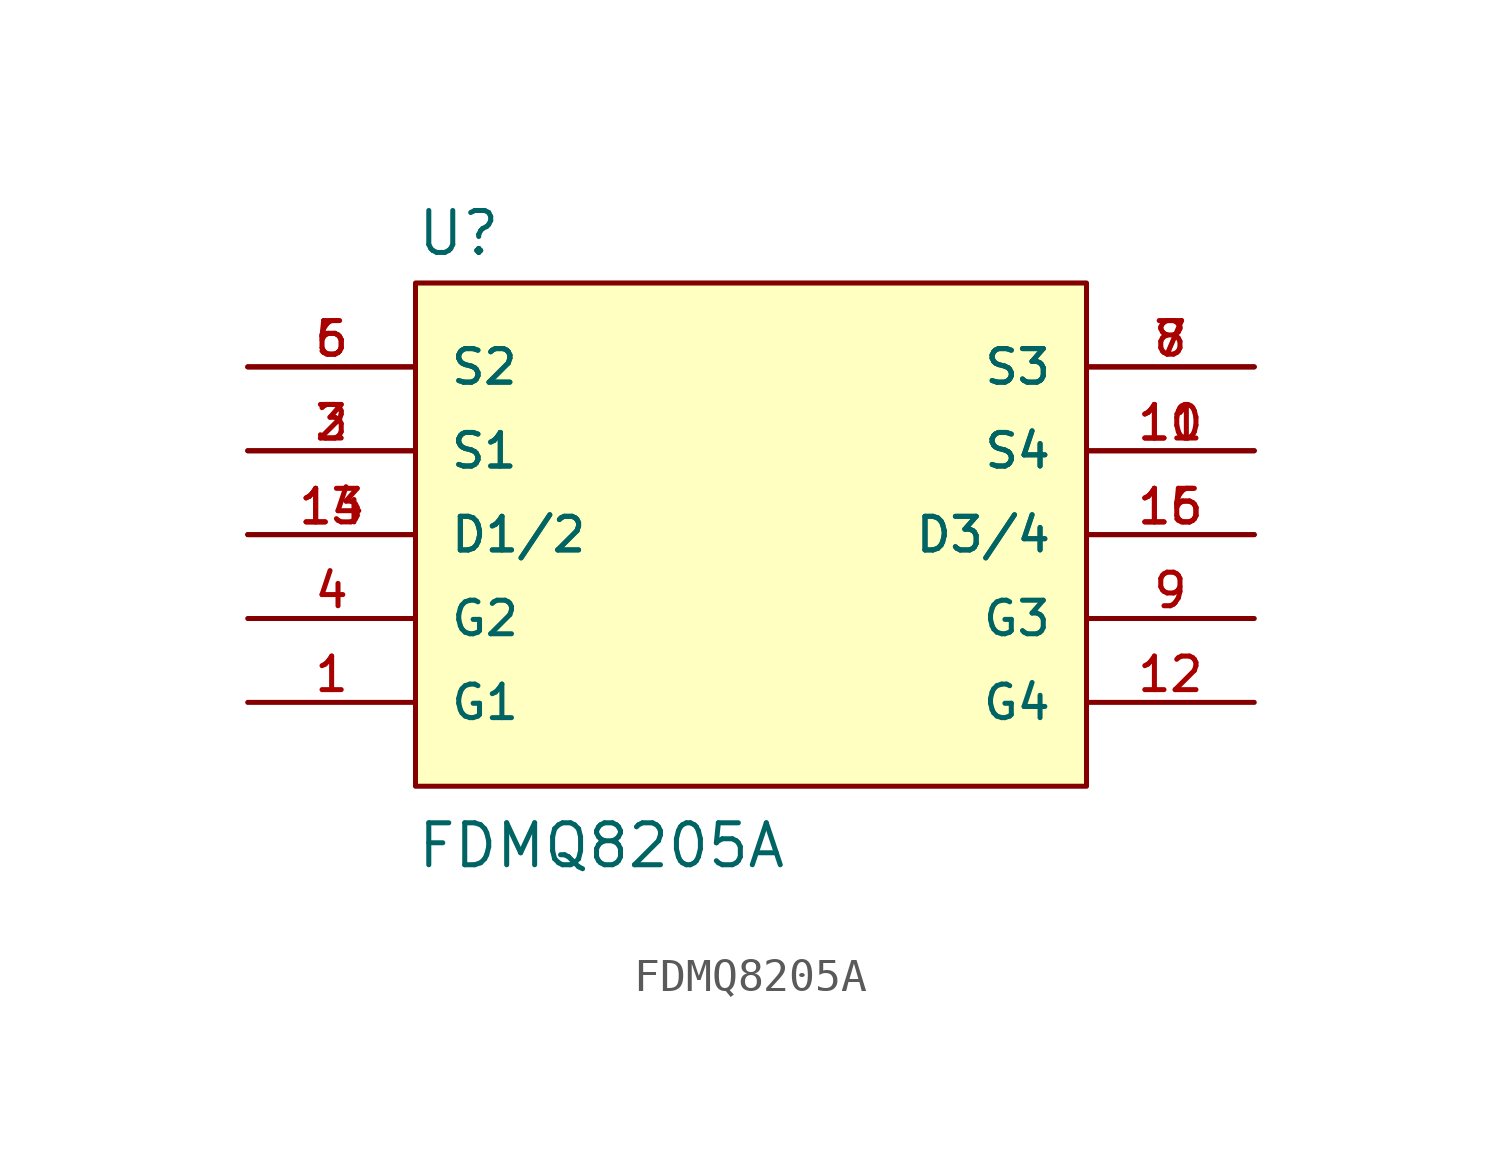
<source format=kicad_sym>
(kicad_symbol_lib
  (version 20241209)
  (generator "kicad_symbol_editor")
  (generator_version "9.0")
  (symbol "FDMQ8205A"
    (pin_names
      (offset 1.016))
    (property "Reference" "U"
      (at -10.16 8.382 0)
      (effects (font (size 1.27 1.27)) (justify left bottom)))
    (property "Value" "FDMQ8205A"
      (at -10.16 -10.16 0)
      (effects (font (size 1.27 1.27)) (justify left bottom)))
    (symbol "FDMQ8205A_0_0"
      (rectangle (start -10.16 -7.62) (end 10.16 7.62) (stroke (width 0.152) (type default)) (fill (type background)))
      (pin passive line (at -15.24 -2.54 0) (length 5.08) (name "G2" (effects (font (size 1.016 1.016)))) (number "4" (effects (font (size 1.016 1.016)))))
      (pin passive line (at -15.24 -5.08 0) (length 5.08) (name "G1" (effects (font (size 1.016 1.016)))) (number "1" (effects (font (size 1.016 1.016)))))
      (pin passive line (at 15.24 -2.54 180) (length 5.08) (name "G3" (effects (font (size 1.016 1.016)))) (number "9" (effects (font (size 1.016 1.016)))))
      (pin passive line (at 15.24 -5.08 180) (length 5.08) (name "G4" (effects (font (size 1.016 1.016)))) (number "12" (effects (font (size 1.016 1.016))))))
    (symbol "FDMQ8205A_1_0"
      (pin output line (at -15.24 5.08 0) (length 5.08) (name "S2" (effects (font (size 1.016 1.016)))) (number "5" (effects (font (size 1.016 1.016)))))
      (pin output line (at -15.24 5.08 0) (length 5.08) (name "S2" (effects (font (size 1.016 1.016)))) (number "6" (effects (font (size 1.016 1.016)))))
      (pin output line (at -15.24 2.54 0) (length 5.08) (name "S1" (effects (font (size 1.016 1.016)))) (number "2" (effects (font (size 1.016 1.016)))))
      (pin output line (at -15.24 2.54 0) (length 5.08) (name "S1" (effects (font (size 1.016 1.016)))) (number "3" (effects (font (size 1.016 1.016)))))
      (pin input line (at -15.24 0 0) (length 5.08) (name "D1/2" (effects (font (size 1.016 1.016)))) (number "13" (effects (font (size 1.016 1.016)))))
      (pin input line (at -15.24 0 0) (length 5.08) (name "D1/2" (effects (font (size 1.016 1.016)))) (number "14" (effects (font (size 1.016 1.016)))))
      (pin output line (at 15.24 5.08 180) (length 5.08) (name "S3" (effects (font (size 1.016 1.016)))) (number "7" (effects (font (size 1.016 1.016)))))
      (pin output line (at 15.24 5.08 180) (length 5.08) (name "S3" (effects (font (size 1.016 1.016)))) (number "8" (effects (font (size 1.016 1.016)))))
      (pin output line (at 15.24 2.54 180) (length 5.08) (name "S4" (effects (font (size 1.016 1.016)))) (number "10" (effects (font (size 1.016 1.016)))))
      (pin output line (at 15.24 2.54 180) (length 5.08) (name "S4" (effects (font (size 1.016 1.016)))) (number "11" (effects (font (size 1.016 1.016)))))
      (pin input line (at 15.24 0 180) (length 5.08) (name "D3/4" (effects (font (size 1.016 1.016)))) (number "15" (effects (font (size 1.016 1.016)))))
      (pin input line (at 15.24 0 180) (length 5.08) (name "D3/4" (effects (font (size 1.016 1.016)))) (number "16" (effects (font (size 1.016 1.016))))))))
</source>
